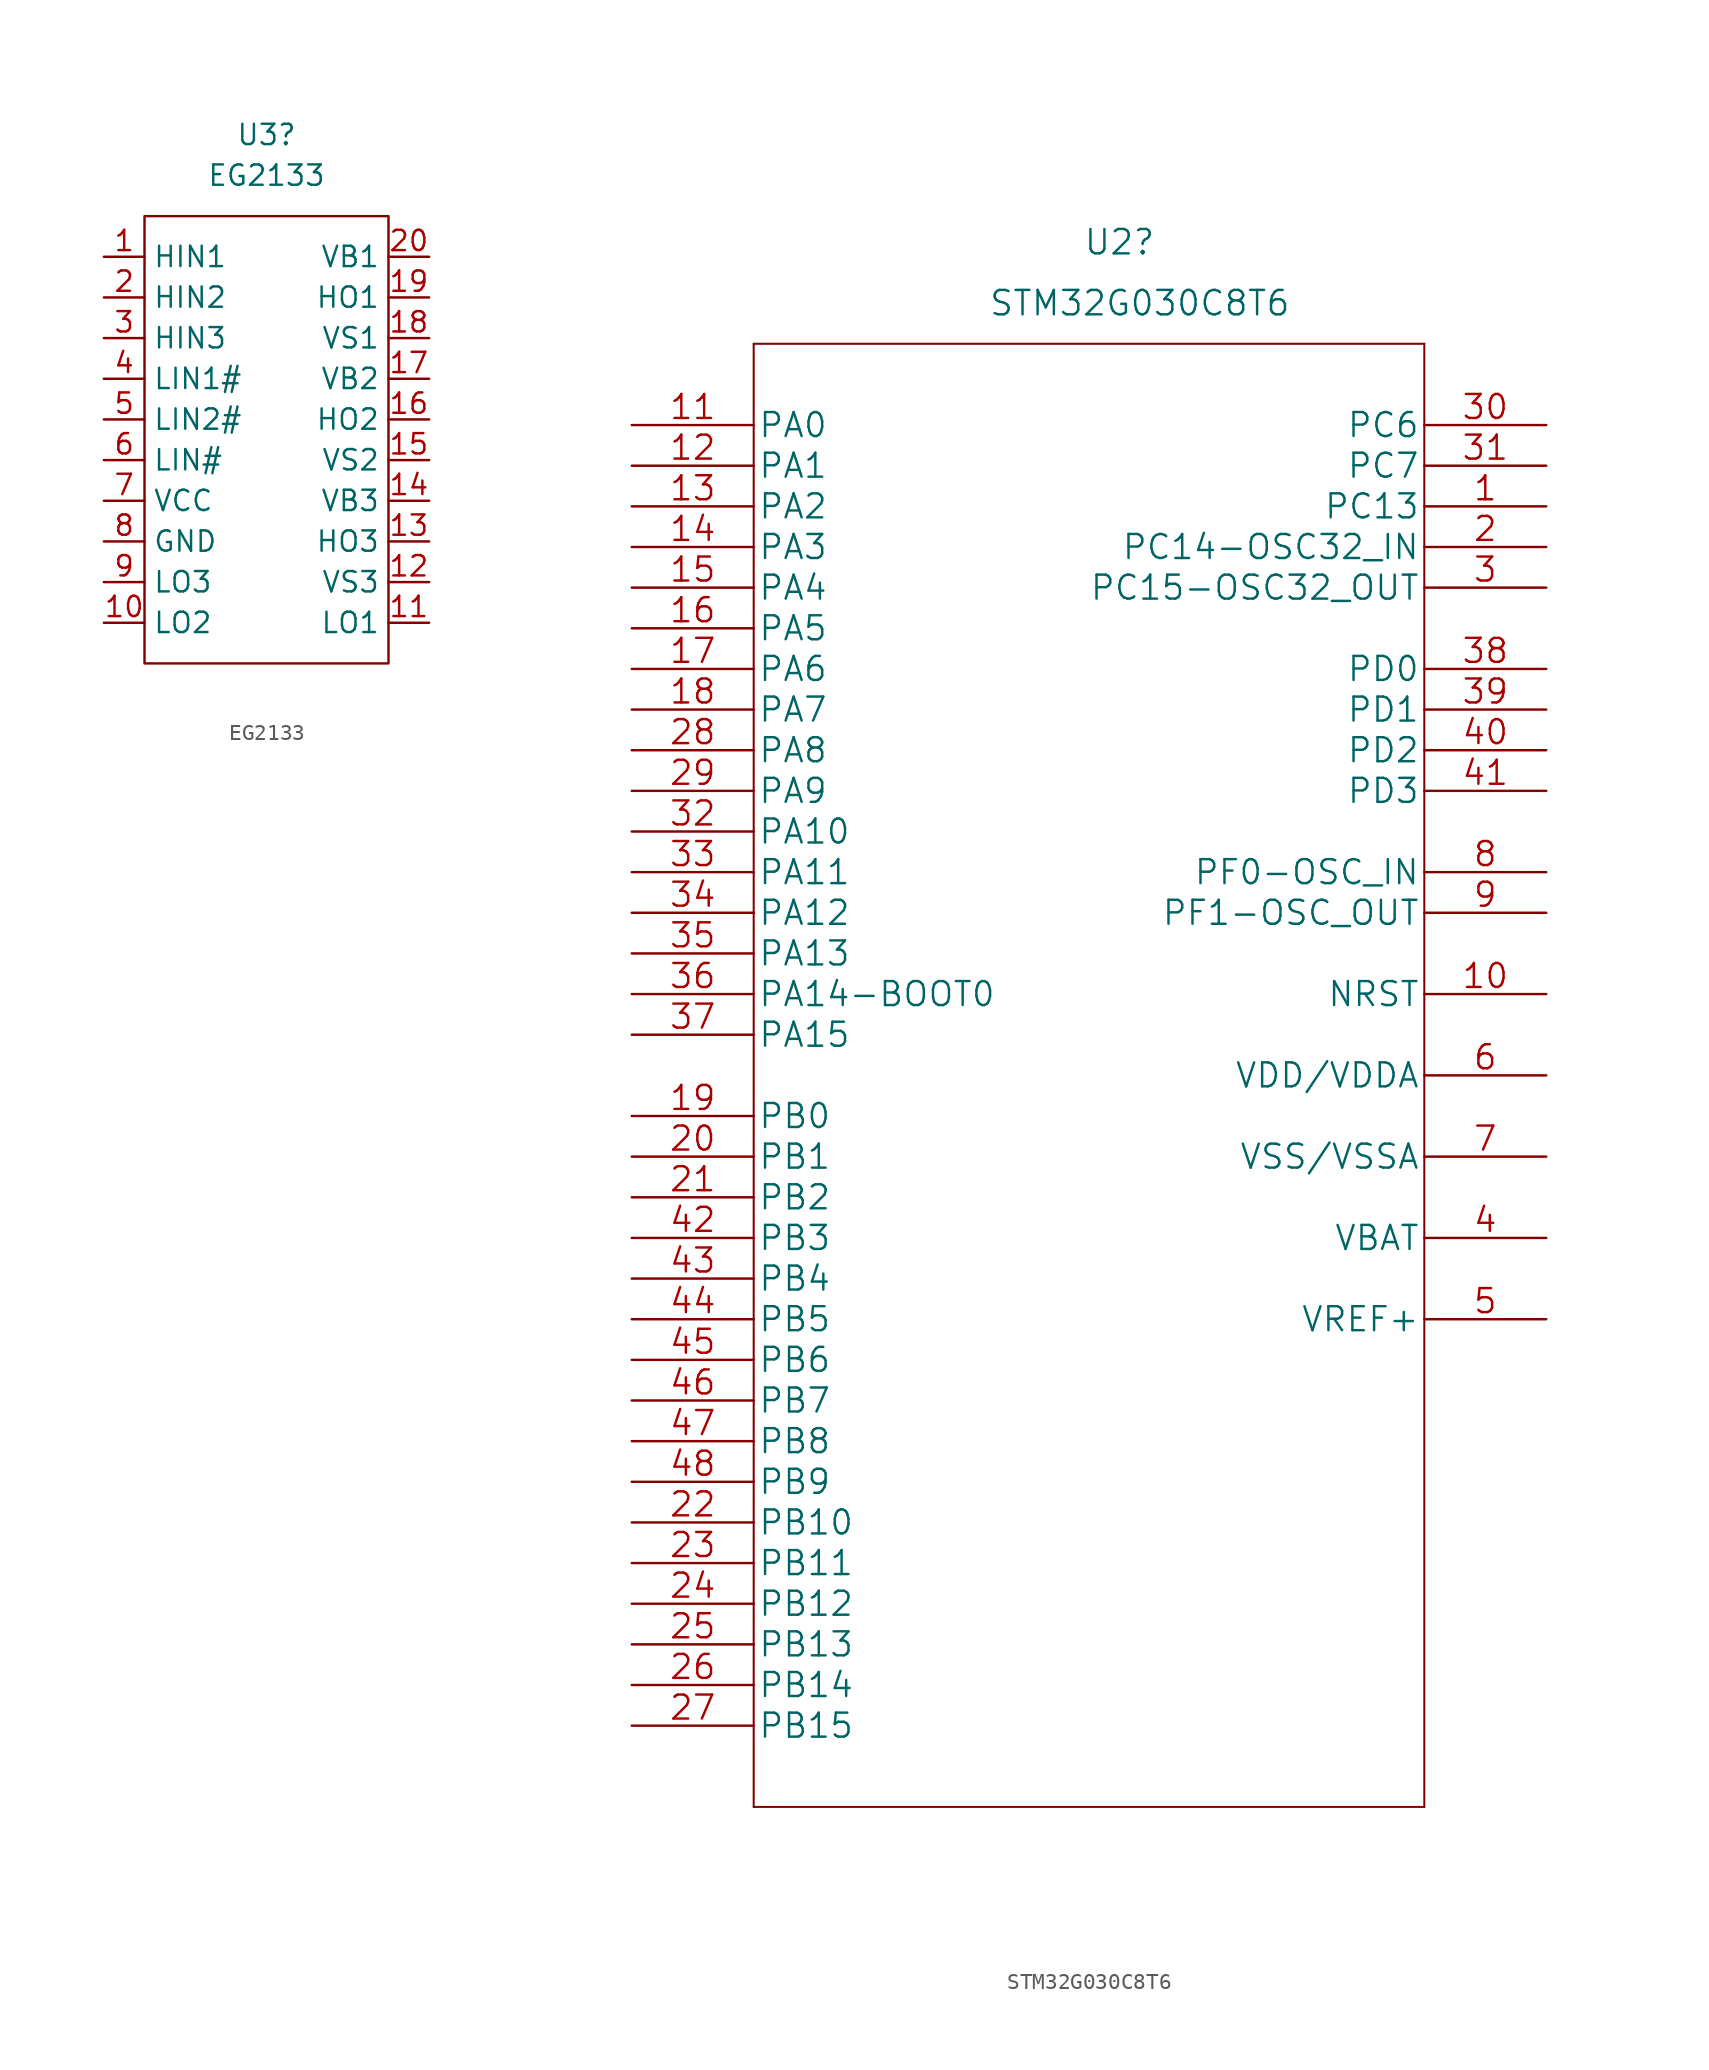
<source format=kicad_sym>
(kicad_symbol_lib
  (version 20220914)
  (generator kicad_symbol_editor)
  (symbol "EG2133"
    (property "Reference" "U3"
      (at 0 17.78 0)
      (effects (font (size 1.27 1.27))))
    (property "Value" "EG2133"
      (at 0 15.24 0)
      (effects (font (size 1.27 1.27))))
    (symbol "EG2133_0_1"
      (rectangle (start -7.62 12.7) (end 7.62 -15.24) (stroke (width 0) (type default)) (fill (type none))))
    (symbol "EG2133_1_1"
      (pin input line (at -10.16 10.16 0) (length 2.54) (name "HIN1" (effects (font (size 1.27 1.27)))) (number "1" (effects (font (size 1.27 1.27)))))
      (pin output line (at -10.16 -12.7 0) (length 2.54) (name "LO2" (effects (font (size 1.27 1.27)))) (number "10" (effects (font (size 1.27 1.27)))))
      (pin output line (at 10.16 -12.7 180) (length 2.54) (name "LO1" (effects (font (size 1.27 1.27)))) (number "11" (effects (font (size 1.27 1.27)))))
      (pin output line (at 10.16 -10.16 180) (length 2.54) (name "VS3" (effects (font (size 1.27 1.27)))) (number "12" (effects (font (size 1.27 1.27)))))
      (pin output line (at 10.16 -7.62 180) (length 2.54) (name "HO3" (effects (font (size 1.27 1.27)))) (number "13" (effects (font (size 1.27 1.27)))))
      (pin passive line (at 10.16 -5.08 180) (length 2.54) (name "VB3" (effects (font (size 1.27 1.27)))) (number "14" (effects (font (size 1.27 1.27)))))
      (pin output line (at 10.16 -2.54 180) (length 2.54) (name "VS2" (effects (font (size 1.27 1.27)))) (number "15" (effects (font (size 1.27 1.27)))))
      (pin output line (at 10.16 0 180) (length 2.54) (name "HO2" (effects (font (size 1.27 1.27)))) (number "16" (effects (font (size 1.27 1.27)))))
      (pin passive line (at 10.16 2.54 180) (length 2.54) (name "VB2" (effects (font (size 1.27 1.27)))) (number "17" (effects (font (size 1.27 1.27)))))
      (pin output line (at 10.16 5.08 180) (length 2.54) (name "VS1" (effects (font (size 1.27 1.27)))) (number "18" (effects (font (size 1.27 1.27)))))
      (pin output line (at 10.16 7.62 180) (length 2.54) (name "HO1" (effects (font (size 1.27 1.27)))) (number "19" (effects (font (size 1.27 1.27)))))
      (pin input line (at -10.16 7.62 0) (length 2.54) (name "HIN2" (effects (font (size 1.27 1.27)))) (number "2" (effects (font (size 1.27 1.27)))))
      (pin passive line (at 10.16 10.16 180) (length 2.54) (name "VB1" (effects (font (size 1.27 1.27)))) (number "20" (effects (font (size 1.27 1.27)))))
      (pin input line (at -10.16 5.08 0) (length 2.54) (name "HIN3" (effects (font (size 1.27 1.27)))) (number "3" (effects (font (size 1.27 1.27)))))
      (pin input line (at -10.16 2.54 0) (length 2.54) (name "LIN1#" (effects (font (size 1.27 1.27)))) (number "4" (effects (font (size 1.27 1.27)))))
      (pin input line (at -10.16 0 0) (length 2.54) (name "LIN2#" (effects (font (size 1.27 1.27)))) (number "5" (effects (font (size 1.27 1.27)))))
      (pin input line (at -10.16 -2.54 0) (length 2.54) (name "LIN#" (effects (font (size 1.27 1.27)))) (number "6" (effects (font (size 1.27 1.27)))))
      (pin power_in line (at -10.16 -5.08 0) (length 2.54) (name "VCC" (effects (font (size 1.27 1.27)))) (number "7" (effects (font (size 1.27 1.27)))))
      (pin passive line (at -10.16 -7.62 0) (length 2.54) (name "GND" (effects (font (size 1.27 1.27)))) (number "8" (effects (font (size 1.27 1.27)))))
      (pin output line (at -10.16 -10.16 0) (length 2.54) (name "LO3" (effects (font (size 1.27 1.27)))) (number "9" (effects (font (size 1.27 1.27)))))))
  (symbol "STM32G030C8T6"
    (pin_names
      (offset 0.254))
    (property "Reference" "U2"
      (at 30.48 11.43 0)
      (effects (font (size 1.524 1.524))))
    (property "Value" "STM32G030C8T6"
      (at 31.75 7.62 0)
      (effects (font (size 1.524 1.524))))
    (property "Datasheet" ""
      (at 0 0 0)
      (effects (font (size 1.524 1.524))))
    (property "ki_locked" ""
      (at 0 0 0)
      (effects (font (size 1.27 1.27))))
    (symbol "STM32G030C8T6_1_1"
      (polyline (pts (xy 7.62 -86.36) (xy 49.53 -86.36)) (stroke (width 0.127) (type default)) (fill (type none)))
      (polyline (pts (xy 7.62 5.08) (xy 7.62 -86.36)) (stroke (width 0.127) (type default)) (fill (type none)))
      (polyline (pts (xy 49.53 -86.36) (xy 49.53 5.08)) (stroke (width 0.127) (type default)) (fill (type none)))
      (polyline (pts (xy 49.53 5.08) (xy 7.62 5.08)) (stroke (width 0.127) (type default)) (fill (type none)))
      (pin bidirectional line (at 57.15 -5.08 180) (length 7.62) (name "PC13" (effects (font (size 1.499 1.499)))) (number "1" (effects (font (size 1.499 1.499)))))
      (pin bidirectional line (at 57.15 -35.56 180) (length 7.62) (name "NRST" (effects (font (size 1.499 1.499)))) (number "10" (effects (font (size 1.499 1.499)))))
      (pin bidirectional line (at 0 0 0) (length 7.62) (name "PA0" (effects (font (size 1.499 1.499)))) (number "11" (effects (font (size 1.499 1.499)))))
      (pin bidirectional line (at 0 -2.54 0) (length 7.62) (name "PA1" (effects (font (size 1.499 1.499)))) (number "12" (effects (font (size 1.499 1.499)))))
      (pin bidirectional line (at 0 -5.08 0) (length 7.62) (name "PA2" (effects (font (size 1.499 1.499)))) (number "13" (effects (font (size 1.499 1.499)))))
      (pin bidirectional line (at 0 -7.62 0) (length 7.62) (name "PA3" (effects (font (size 1.499 1.499)))) (number "14" (effects (font (size 1.499 1.499)))))
      (pin bidirectional line (at 0 -10.16 0) (length 7.62) (name "PA4" (effects (font (size 1.499 1.499)))) (number "15" (effects (font (size 1.499 1.499)))))
      (pin bidirectional line (at 0 -12.7 0) (length 7.62) (name "PA5" (effects (font (size 1.499 1.499)))) (number "16" (effects (font (size 1.499 1.499)))))
      (pin bidirectional line (at 0 -15.24 0) (length 7.62) (name "PA6" (effects (font (size 1.499 1.499)))) (number "17" (effects (font (size 1.499 1.499)))))
      (pin bidirectional line (at 0 -17.78 0) (length 7.62) (name "PA7" (effects (font (size 1.499 1.499)))) (number "18" (effects (font (size 1.499 1.499)))))
      (pin bidirectional line (at 0 -43.18 0) (length 7.62) (name "PB0" (effects (font (size 1.499 1.499)))) (number "19" (effects (font (size 1.499 1.499)))))
      (pin bidirectional line (at 57.15 -7.62 180) (length 7.62) (name "PC14-OSC32_IN" (effects (font (size 1.499 1.499)))) (number "2" (effects (font (size 1.499 1.499)))))
      (pin bidirectional line (at 0 -45.72 0) (length 7.62) (name "PB1" (effects (font (size 1.499 1.499)))) (number "20" (effects (font (size 1.499 1.499)))))
      (pin bidirectional line (at 0 -48.26 0) (length 7.62) (name "PB2" (effects (font (size 1.499 1.499)))) (number "21" (effects (font (size 1.499 1.499)))))
      (pin bidirectional line (at 0 -68.58 0) (length 7.62) (name "PB10" (effects (font (size 1.499 1.499)))) (number "22" (effects (font (size 1.499 1.499)))))
      (pin bidirectional line (at 0 -71.12 0) (length 7.62) (name "PB11" (effects (font (size 1.499 1.499)))) (number "23" (effects (font (size 1.499 1.499)))))
      (pin bidirectional line (at 0 -73.66 0) (length 7.62) (name "PB12" (effects (font (size 1.499 1.499)))) (number "24" (effects (font (size 1.499 1.499)))))
      (pin bidirectional line (at 0 -76.2 0) (length 7.62) (name "PB13" (effects (font (size 1.499 1.499)))) (number "25" (effects (font (size 1.499 1.499)))))
      (pin bidirectional line (at 0 -78.74 0) (length 7.62) (name "PB14" (effects (font (size 1.499 1.499)))) (number "26" (effects (font (size 1.499 1.499)))))
      (pin bidirectional line (at 0 -81.28 0) (length 7.62) (name "PB15" (effects (font (size 1.499 1.499)))) (number "27" (effects (font (size 1.499 1.499)))))
      (pin bidirectional line (at 0 -20.32 0) (length 7.62) (name "PA8" (effects (font (size 1.499 1.499)))) (number "28" (effects (font (size 1.499 1.499)))))
      (pin bidirectional line (at 0 -22.86 0) (length 7.62) (name "PA9" (effects (font (size 1.499 1.499)))) (number "29" (effects (font (size 1.499 1.499)))))
      (pin bidirectional line (at 57.15 -10.16 180) (length 7.62) (name "PC15-OSC32_OUT" (effects (font (size 1.499 1.499)))) (number "3" (effects (font (size 1.499 1.499)))))
      (pin bidirectional line (at 57.15 0 180) (length 7.62) (name "PC6" (effects (font (size 1.499 1.499)))) (number "30" (effects (font (size 1.499 1.499)))))
      (pin bidirectional line (at 57.15 -2.54 180) (length 7.62) (name "PC7" (effects (font (size 1.499 1.499)))) (number "31" (effects (font (size 1.499 1.499)))))
      (pin bidirectional line (at 0 -25.4 0) (length 7.62) (name "PA10" (effects (font (size 1.499 1.499)))) (number "32" (effects (font (size 1.499 1.499)))))
      (pin bidirectional line (at 0 -27.94 0) (length 7.62) (name "PA11" (effects (font (size 1.499 1.499)))) (number "33" (effects (font (size 1.499 1.499)))))
      (pin bidirectional line (at 0 -30.48 0) (length 7.62) (name "PA12" (effects (font (size 1.499 1.499)))) (number "34" (effects (font (size 1.499 1.499)))))
      (pin bidirectional line (at 0 -33.02 0) (length 7.62) (name "PA13" (effects (font (size 1.499 1.499)))) (number "35" (effects (font (size 1.499 1.499)))))
      (pin bidirectional line (at 0 -35.56 0) (length 7.62) (name "PA14-BOOT0" (effects (font (size 1.499 1.499)))) (number "36" (effects (font (size 1.499 1.499)))))
      (pin bidirectional line (at 0 -38.1 0) (length 7.62) (name "PA15" (effects (font (size 1.499 1.499)))) (number "37" (effects (font (size 1.499 1.499)))))
      (pin bidirectional line (at 57.15 -15.24 180) (length 7.62) (name "PD0" (effects (font (size 1.499 1.499)))) (number "38" (effects (font (size 1.499 1.499)))))
      (pin bidirectional line (at 57.15 -17.78 180) (length 7.62) (name "PD1" (effects (font (size 1.499 1.499)))) (number "39" (effects (font (size 1.499 1.499)))))
      (pin power_in line (at 57.15 -50.8 180) (length 7.62) (name "VBAT" (effects (font (size 1.499 1.499)))) (number "4" (effects (font (size 1.499 1.499)))))
      (pin bidirectional line (at 57.15 -20.32 180) (length 7.62) (name "PD2" (effects (font (size 1.499 1.499)))) (number "40" (effects (font (size 1.499 1.499)))))
      (pin bidirectional line (at 57.15 -22.86 180) (length 7.62) (name "PD3" (effects (font (size 1.499 1.499)))) (number "41" (effects (font (size 1.499 1.499)))))
      (pin bidirectional line (at 0 -50.8 0) (length 7.62) (name "PB3" (effects (font (size 1.499 1.499)))) (number "42" (effects (font (size 1.499 1.499)))))
      (pin bidirectional line (at 0 -53.34 0) (length 7.62) (name "PB4" (effects (font (size 1.499 1.499)))) (number "43" (effects (font (size 1.499 1.499)))))
      (pin bidirectional line (at 0 -55.88 0) (length 7.62) (name "PB5" (effects (font (size 1.499 1.499)))) (number "44" (effects (font (size 1.499 1.499)))))
      (pin bidirectional line (at 0 -58.42 0) (length 7.62) (name "PB6" (effects (font (size 1.499 1.499)))) (number "45" (effects (font (size 1.499 1.499)))))
      (pin bidirectional line (at 0 -60.96 0) (length 7.62) (name "PB7" (effects (font (size 1.499 1.499)))) (number "46" (effects (font (size 1.499 1.499)))))
      (pin bidirectional line (at 0 -63.5 0) (length 7.62) (name "PB8" (effects (font (size 1.499 1.499)))) (number "47" (effects (font (size 1.499 1.499)))))
      (pin bidirectional line (at 0 -66.04 0) (length 7.62) (name "PB9" (effects (font (size 1.499 1.499)))) (number "48" (effects (font (size 1.499 1.499)))))
      (pin power_in line (at 57.15 -55.88 180) (length 7.62) (name "VREF+" (effects (font (size 1.499 1.499)))) (number "5" (effects (font (size 1.499 1.499)))))
      (pin power_in line (at 57.15 -40.64 180) (length 7.62) (name "VDD/VDDA" (effects (font (size 1.499 1.499)))) (number "6" (effects (font (size 1.499 1.499)))))
      (pin power_in line (at 57.15 -45.72 180) (length 7.62) (name "VSS/VSSA" (effects (font (size 1.499 1.499)))) (number "7" (effects (font (size 1.499 1.499)))))
      (pin bidirectional line (at 57.15 -27.94 180) (length 7.62) (name "PF0-OSC_IN" (effects (font (size 1.499 1.499)))) (number "8" (effects (font (size 1.499 1.499)))))
      (pin bidirectional line (at 57.15 -30.48 180) (length 7.62) (name "PF1-OSC_OUT" (effects (font (size 1.499 1.499)))) (number "9" (effects (font (size 1.499 1.499))))))))
</source>
